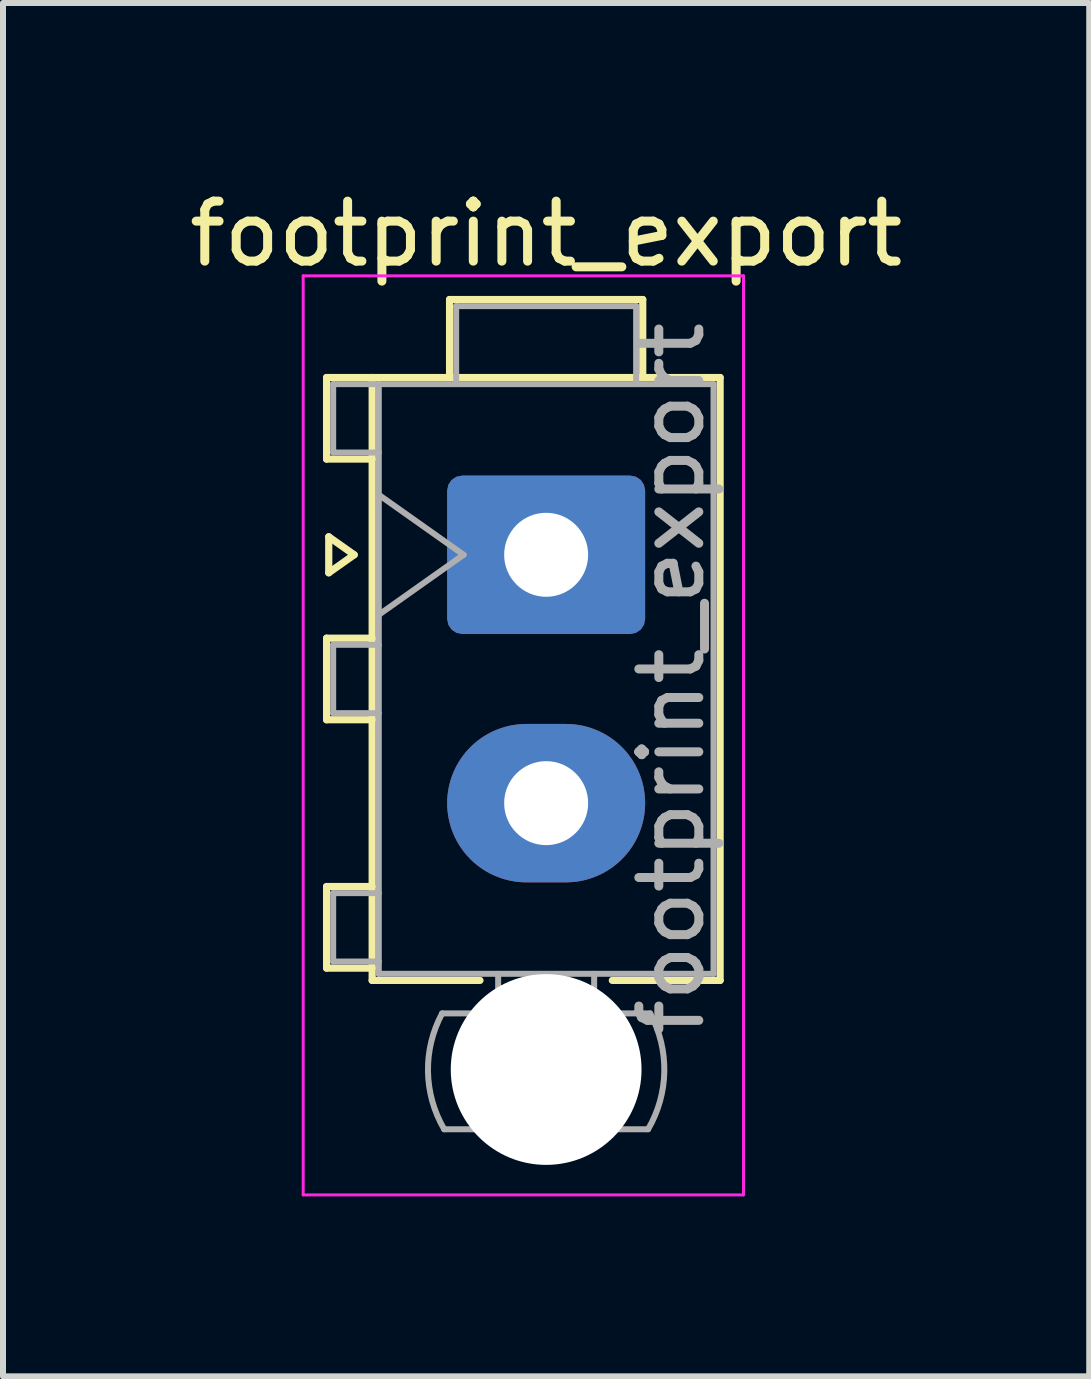
<source format=kicad_pcb>
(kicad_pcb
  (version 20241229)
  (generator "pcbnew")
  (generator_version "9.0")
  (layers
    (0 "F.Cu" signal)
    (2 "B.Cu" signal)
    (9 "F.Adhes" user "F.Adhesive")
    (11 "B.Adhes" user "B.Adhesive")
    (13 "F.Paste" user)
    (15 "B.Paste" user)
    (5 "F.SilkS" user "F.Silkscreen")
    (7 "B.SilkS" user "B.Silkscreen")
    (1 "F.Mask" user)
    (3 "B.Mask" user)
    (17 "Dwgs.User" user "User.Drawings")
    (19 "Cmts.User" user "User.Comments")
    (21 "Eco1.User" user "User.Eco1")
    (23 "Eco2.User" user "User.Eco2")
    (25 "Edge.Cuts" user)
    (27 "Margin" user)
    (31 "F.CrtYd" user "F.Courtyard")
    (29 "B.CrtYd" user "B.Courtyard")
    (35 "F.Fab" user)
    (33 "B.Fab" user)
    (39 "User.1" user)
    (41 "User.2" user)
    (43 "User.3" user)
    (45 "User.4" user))
  (footprint "footprint_export"
    (layer "F.Cu")
    (at 6.054 6.198)
    (property "Reference" "footprint_export" (at 0 -5.35 0) (layer "F.SilkS") (effects (font (size 1 1) (thickness 0.15))))
    (attr through_hole)
    (fp_line (start -3.66 -2.955) (end -3.66 -1.595) (stroke (width 0.12) (type solid)) (layer "F.SilkS"))
    (fp_line (start -3.66 -1.595) (end -2.9 -1.595) (stroke (width 0.12) (type solid)) (layer "F.SilkS"))
    (fp_line (start -3.66 1.39) (end -3.66 2.75) (stroke (width 0.12) (type solid)) (layer "F.SilkS"))
    (fp_line (start -3.66 2.75) (end -2.9 2.75) (stroke (width 0.12) (type solid)) (layer "F.SilkS"))
    (fp_line (start -3.66 5.53) (end -3.66 6.89) (stroke (width 0.12) (type solid)) (layer "F.SilkS"))
    (fp_line (start -3.66 6.89) (end -2.9 6.89) (stroke (width 0.12) (type solid)) (layer "F.SilkS"))
    (fp_line (start -3.624 -0.3) (end -3.2 0) (stroke (width 0.12) (type solid)) (layer "F.SilkS"))
    (fp_line (start -3.624 0.3) (end -3.624 -0.3) (stroke (width 0.12) (type solid)) (layer "F.SilkS"))
    (fp_line (start -3.2 0) (end -3.624 0.3) (stroke (width 0.12) (type solid)) (layer "F.SilkS"))
    (fp_line (start -2.9 -2.955) (end -3.66 -2.955) (stroke (width 0.12) (type solid)) (layer "F.SilkS"))
    (fp_line (start -2.9 -2.955) (end -2.9 7.095) (stroke (width 0.12) (type solid)) (layer "F.SilkS"))
    (fp_line (start -2.9 1.39) (end -3.66 1.39) (stroke (width 0.12) (type solid)) (layer "F.SilkS"))
    (fp_line (start -2.9 5.53) (end -3.66 5.53) (stroke (width 0.12) (type solid)) (layer "F.SilkS"))
    (fp_line (start -2.9 7.095) (end -1.103 7.095) (stroke (width 0.12) (type solid)) (layer "F.SilkS"))
    (fp_line (start -1.61 -4.255) (end 1.61 -4.255) (stroke (width 0.12) (type solid)) (layer "F.SilkS"))
    (fp_line (start -1.61 -2.955) (end -1.61 -4.255) (stroke (width 0.12) (type solid)) (layer "F.SilkS"))
    (fp_line (start 0 -2.955) (end -2.9 -2.955) (stroke (width 0.12) (type solid)) (layer "F.SilkS"))
    (fp_line (start 0 -2.955) (end 2.9 -2.955) (stroke (width 0.12) (type solid)) (layer "F.SilkS"))
    (fp_line (start 1.61 -4.255) (end 1.61 -2.955) (stroke (width 0.12) (type solid)) (layer "F.SilkS"))
    (fp_line (start 2.9 -2.955) (end 2.9 7.095) (stroke (width 0.12) (type solid)) (layer "F.SilkS"))
    (fp_line (start 2.9 7.095) (end 1.103 7.095) (stroke (width 0.12) (type solid)) (layer "F.SilkS"))
    (fp_line (start -4.05 -4.65) (end -4.05 10.67) (stroke (width 0.05) (type solid)) (layer "F.CrtYd"))
    (fp_line (start -4.05 10.67) (end 3.29 10.67) (stroke (width 0.05) (type solid)) (layer "F.CrtYd"))
    (fp_line (start 3.29 -4.65) (end -4.05 -4.65) (stroke (width 0.05) (type solid)) (layer "F.CrtYd"))
    (fp_line (start 3.29 10.67) (end 3.29 -4.65) (stroke (width 0.05) (type solid)) (layer "F.CrtYd"))
    (fp_line (start -3.55 -2.845) (end -3.55 -1.705) (stroke (width 0.1) (type solid)) (layer "F.Fab"))
    (fp_line (start -3.55 -1.705) (end -2.79 -1.705) (stroke (width 0.1) (type solid)) (layer "F.Fab"))
    (fp_line (start -3.55 1.5) (end -3.55 2.64) (stroke (width 0.1) (type solid)) (layer "F.Fab"))
    (fp_line (start -3.55 2.64) (end -2.79 2.64) (stroke (width 0.1) (type solid)) (layer "F.Fab"))
    (fp_line (start -3.55 5.64) (end -3.55 6.78) (stroke (width 0.1) (type solid)) (layer "F.Fab"))
    (fp_line (start -3.55 6.78) (end -2.79 6.78) (stroke (width 0.1) (type solid)) (layer "F.Fab"))
    (fp_line (start -2.79 -2.845) (end -3.55 -2.845) (stroke (width 0.1) (type solid)) (layer "F.Fab"))
    (fp_line (start -2.79 -2.845) (end -2.79 6.985) (stroke (width 0.1) (type solid)) (layer "F.Fab"))
    (fp_line (start -2.79 -1) (end -1.376 0) (stroke (width 0.1) (type solid)) (layer "F.Fab"))
    (fp_line (start -2.79 1.5) (end -3.55 1.5) (stroke (width 0.1) (type solid)) (layer "F.Fab"))
    (fp_line (start -2.79 5.64) (end -3.55 5.64) (stroke (width 0.1) (type solid)) (layer "F.Fab"))
    (fp_line (start -2.79 6.985) (end 2.79 6.985) (stroke (width 0.1) (type solid)) (layer "F.Fab"))
    (fp_line (start -1.5 -4.145) (end 1.5 -4.145) (stroke (width 0.1) (type solid)) (layer "F.Fab"))
    (fp_line (start -1.5 -2.845) (end -1.5 -4.145) (stroke (width 0.1) (type solid)) (layer "F.Fab"))
    (fp_line (start -1.376 0) (end -2.79 1) (stroke (width 0.1) (type solid)) (layer "F.Fab"))
    (fp_line (start -0.8 6.985) (end -0.8 7.645) (stroke (width 0.1) (type solid)) (layer "F.Fab"))
    (fp_line (start 0.8 6.985) (end 0.8 7.645) (stroke (width 0.1) (type solid)) (layer "F.Fab"))
    (fp_line (start 1.5 -4.145) (end 1.5 -2.845) (stroke (width 0.1) (type solid)) (layer "F.Fab"))
    (fp_line (start 1.7 9.576) (end -1.7 9.576) (stroke (width 0.1) (type solid)) (layer "F.Fab"))
    (fp_line (start 1.734 7.645) (end -1.734 7.645) (stroke (width 0.1) (type solid)) (layer "F.Fab"))
    (fp_line (start 2.79 -2.845) (end -2.79 -2.845) (stroke (width 0.1) (type solid)) (layer "F.Fab"))
    (fp_line (start 2.79 6.985) (end 2.79 -2.845) (stroke (width 0.1) (type solid)) (layer "F.Fab"))
    (fp_arc (start -1.699672 9.576) (mid -1.969689 8.614992) (end -1.733977 7.645) (stroke (width 0.1) (type solid)) (layer "F.Fab"))
    (fp_arc (start 1.733977 7.645) (mid 1.96969 8.614992) (end 1.699672 9.576) (stroke (width 0.1) (type solid)) (layer "F.Fab"))
    (fp_text user "${REFERENCE}" (at 2.09 2.07 90) (layer "F.Fab") (effects (font (size 1 1) (thickness 0.15))))
    (pad "" np_thru_hole circle (at 0 8.58) (size 3.18 3.18) (drill 3.18) (layers "*.Cu" "*.Mask"))
    (pad "1" thru_hole roundrect (at 0 0) (size 3.3 2.64) (drill 1.4) (layers "*.Cu" "*.Mask") (roundrect_rratio 0.095))
    (pad "2" thru_hole oval (at 0 4.14) (size 3.3 2.64) (drill 1.4) (layers "*.Cu" "*.Mask")))
  (gr_rect
    (start -3 -3)
    (end 15.107 19.893)
    (stroke (width 0.1) (type default))
    (fill no)
    (layer "Edge.Cuts")))
</source>
